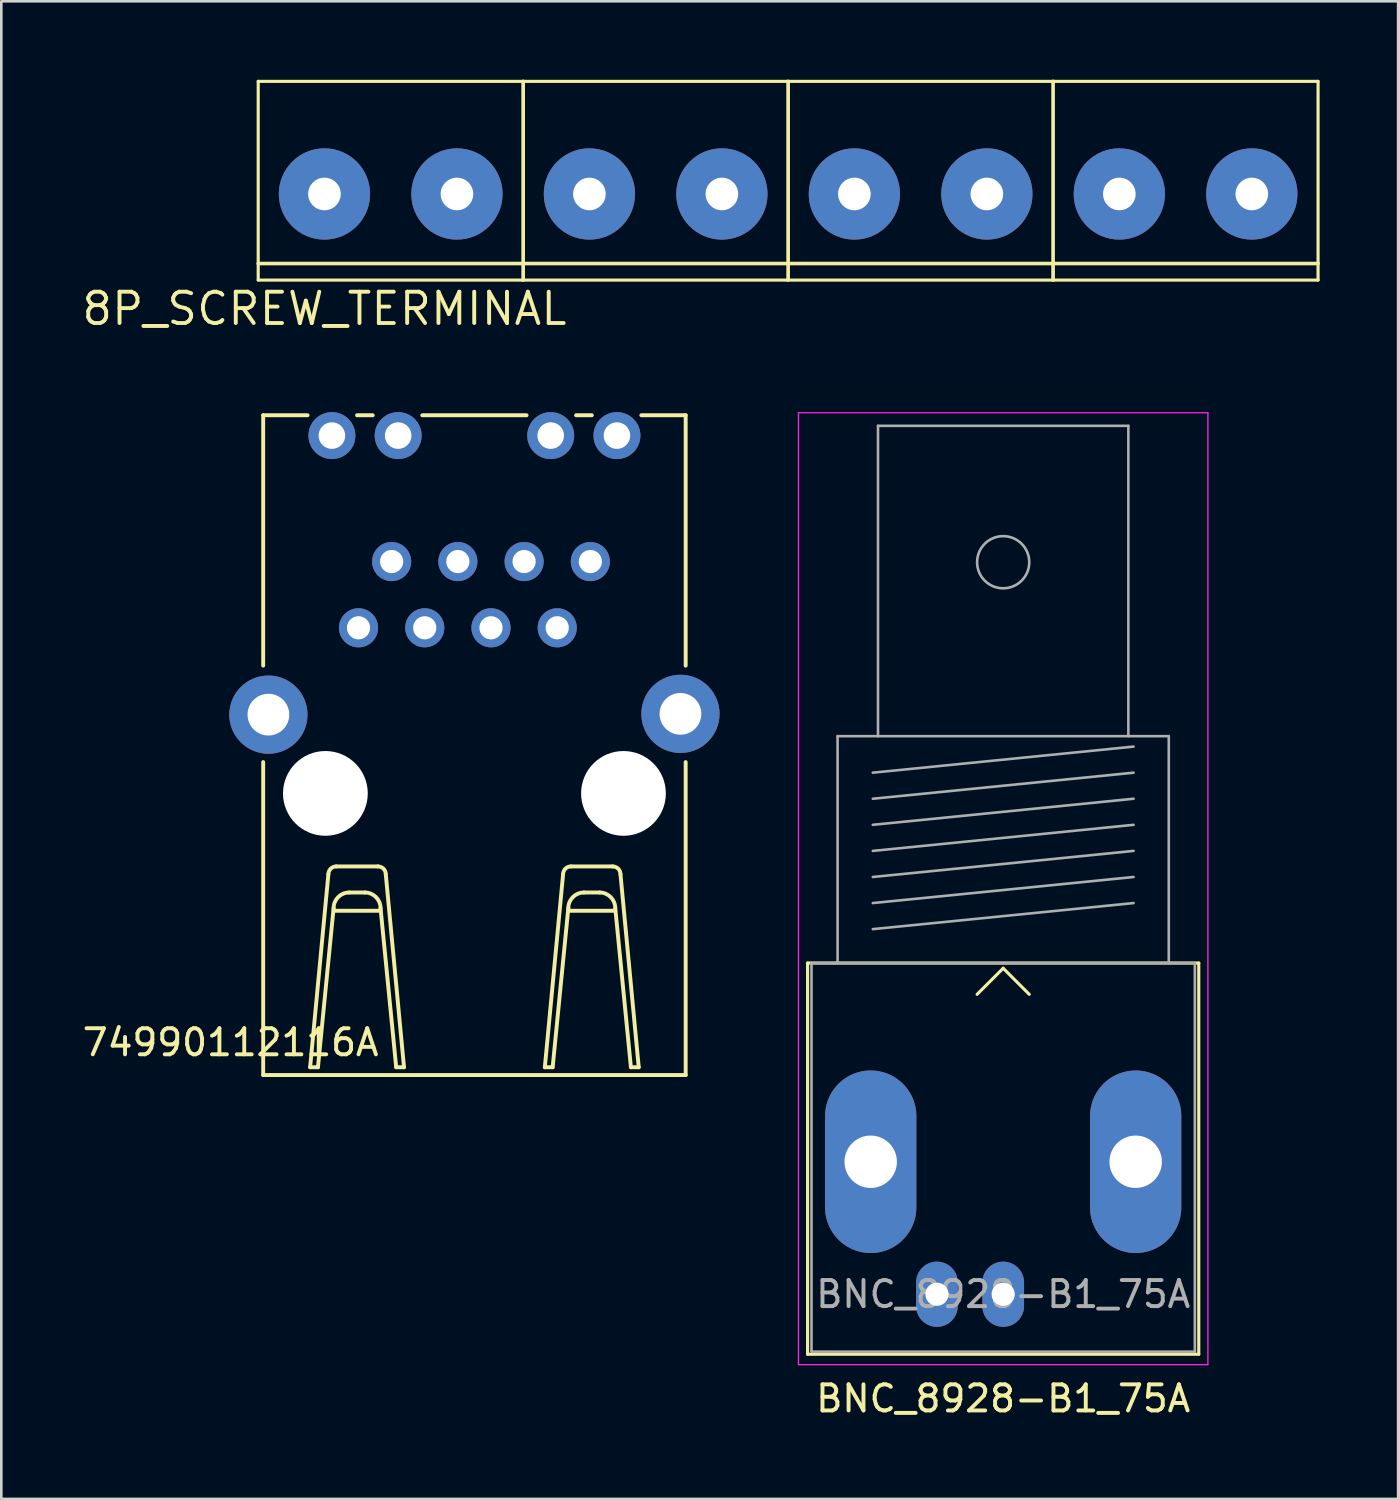
<source format=kicad_pcb>
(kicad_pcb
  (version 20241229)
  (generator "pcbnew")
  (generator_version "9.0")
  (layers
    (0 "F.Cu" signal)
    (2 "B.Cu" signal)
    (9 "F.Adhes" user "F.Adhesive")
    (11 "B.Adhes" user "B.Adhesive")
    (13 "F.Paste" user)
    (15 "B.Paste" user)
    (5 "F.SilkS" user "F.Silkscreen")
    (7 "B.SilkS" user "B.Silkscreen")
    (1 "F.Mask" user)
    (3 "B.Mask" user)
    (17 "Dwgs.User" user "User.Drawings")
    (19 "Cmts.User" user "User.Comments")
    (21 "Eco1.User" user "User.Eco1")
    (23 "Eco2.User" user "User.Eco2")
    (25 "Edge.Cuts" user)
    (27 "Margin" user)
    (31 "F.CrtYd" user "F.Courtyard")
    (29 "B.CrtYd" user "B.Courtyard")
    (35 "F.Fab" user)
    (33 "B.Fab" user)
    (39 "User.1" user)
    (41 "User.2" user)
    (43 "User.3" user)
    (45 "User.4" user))
  (footprint "8P_SCREW_TERMINAL"
    (layer "F.Cu")
    (at 9.391 4.388)
    (property "Reference" "8P_SCREW_TERMINAL" (at 0 4.4 0) (layer "F.SilkS") (effects (font (size 1.2 1.2) (thickness 0.15))))
    (attr through_hole)
    (fp_line (start -2.54 -4.318) (end -2.54 3.302) (stroke (width 0.12) (type solid)) (layer "F.SilkS"))
    (fp_line (start -2.54 -4.318) (end 38.1 -4.318) (stroke (width 0.12) (type solid)) (layer "F.SilkS"))
    (fp_line (start -2.54 2.667) (end 38.1 2.667) (stroke (width 0.14) (type solid)) (layer "F.SilkS"))
    (fp_line (start -2.54 3.302) (end 38.1 3.302) (stroke (width 0.12) (type solid)) (layer "F.SilkS"))
    (fp_line (start 7.62 -4.318) (end 7.62 3.302) (stroke (width 0.14) (type solid)) (layer "F.SilkS"))
    (fp_line (start 17.78 -4.318) (end 17.78 3.302) (stroke (width 0.14) (type solid)) (layer "F.SilkS"))
    (fp_line (start 27.94 -4.318) (end 27.94 3.302) (stroke (width 0.14) (type solid)) (layer "F.SilkS"))
    (fp_line (start 38.1 3.302) (end 38.1 -4.318) (stroke (width 0.12) (type solid)) (layer "F.SilkS"))
    (pad "1" thru_hole circle (at 0 0) (size 3.5 3.5) (drill 1.25) (layers "*.Cu" "*.Mask"))
    (pad "2" thru_hole circle (at 5.08 0) (size 3.5 3.5) (drill 1.25) (layers "*.Cu" "*.Mask"))
    (pad "3" thru_hole circle (at 10.16 0) (size 3.5 3.5) (drill 1.25) (layers "*.Cu" "*.Mask"))
    (pad "4" thru_hole circle (at 15.24 0) (size 3.5 3.5) (drill 1.25) (layers "*.Cu" "*.Mask"))
    (pad "5" thru_hole circle (at 20.32 0) (size 3.5 3.5) (drill 1.25) (layers "*.Cu" "*.Mask"))
    (pad "6" thru_hole circle (at 25.4 0) (size 3.5 3.5) (drill 1.25) (layers "*.Cu" "*.Mask"))
    (pad "7" thru_hole circle (at 30.48 0) (size 3.5 3.5) (drill 1.25) (layers "*.Cu" "*.Mask"))
    (pad "8" thru_hole circle (at 35.56 0) (size 3.5 3.5) (drill 1.25) (layers "*.Cu" "*.Mask")))
  (footprint "BNC_8928-B1_75A"
    (layer "F.Cu")
    (at 35.417 46.578)
    (property "Reference" "BNC_8928-B1_75A" (at 0 4 0) (layer "F.SilkS") (effects (font (size 1 1) (thickness 0.15))))
    (attr through_hole)
    (fp_line (start -7.5 -12.7) (end 7.5 -12.7) (stroke (width 0.12) (type solid)) (layer "F.SilkS"))
    (fp_line (start -7.5 2.3) (end -7.5 -12.7) (stroke (width 0.12) (type solid)) (layer "F.SilkS"))
    (fp_line (start 0 -12.5) (end -1 -11.5) (stroke (width 0.12) (type solid)) (layer "F.SilkS"))
    (fp_line (start 0 -12.5) (end 1 -11.5) (stroke (width 0.12) (type solid)) (layer "F.SilkS"))
    (fp_line (start 7.5 -12.7) (end 7.5 2.3) (stroke (width 0.12) (type solid)) (layer "F.SilkS"))
    (fp_line (start 7.5 2.3) (end -7.5 2.3) (stroke (width 0.12) (type solid)) (layer "F.SilkS"))
    (fp_line (start -7.85 2.7) (end -7.85 -33.8) (stroke (width 0.05) (type solid)) (layer "F.CrtYd"))
    (fp_line (start -7.85 2.7) (end 7.85 2.7) (stroke (width 0.05) (type solid)) (layer "F.CrtYd"))
    (fp_line (start 7.85 -33.8) (end -7.85 -33.8) (stroke (width 0.05) (type solid)) (layer "F.CrtYd"))
    (fp_line (start 7.85 2.7) (end 7.85 -33.8) (stroke (width 0.05) (type solid)) (layer "F.CrtYd"))
    (fp_line (start -7.35 -12.7) (end -7.35 2.2) (stroke (width 0.1) (type solid)) (layer "F.Fab"))
    (fp_line (start -7.35 2.2) (end 7.35 2.2) (stroke (width 0.1) (type solid)) (layer "F.Fab"))
    (fp_line (start -6.35 -21.4) (end -6.35 -12.7) (stroke (width 0.1) (type solid)) (layer "F.Fab"))
    (fp_line (start -5 -20) (end 5 -21) (stroke (width 0.1) (type solid)) (layer "F.Fab"))
    (fp_line (start -5 -19) (end 5 -20) (stroke (width 0.1) (type solid)) (layer "F.Fab"))
    (fp_line (start -5 -18) (end 5 -19) (stroke (width 0.1) (type solid)) (layer "F.Fab"))
    (fp_line (start -5 -17) (end 5 -18) (stroke (width 0.1) (type solid)) (layer "F.Fab"))
    (fp_line (start -5 -16) (end 5 -17) (stroke (width 0.1) (type solid)) (layer "F.Fab"))
    (fp_line (start -5 -15) (end 5 -16) (stroke (width 0.1) (type solid)) (layer "F.Fab"))
    (fp_line (start -5 -14) (end 5 -15) (stroke (width 0.1) (type solid)) (layer "F.Fab"))
    (fp_line (start -4.8 -33.3) (end -4.8 -21.4) (stroke (width 0.1) (type solid)) (layer "F.Fab"))
    (fp_line (start 4.8 -33.3) (end -4.8 -33.3) (stroke (width 0.1) (type solid)) (layer "F.Fab"))
    (fp_line (start 4.8 -21.4) (end 4.8 -33.3) (stroke (width 0.1) (type solid)) (layer "F.Fab"))
    (fp_line (start 6.35 -21.4) (end -6.35 -21.4) (stroke (width 0.1) (type solid)) (layer "F.Fab"))
    (fp_line (start 6.35 -12.7) (end 6.35 -21.4) (stroke (width 0.1) (type solid)) (layer "F.Fab"))
    (fp_line (start 7.35 -12.7) (end -7.35 -12.7) (stroke (width 0.1) (type solid)) (layer "F.Fab"))
    (fp_line (start 7.35 2.2) (end 7.35 -12.7) (stroke (width 0.1) (type solid)) (layer "F.Fab"))
    (fp_circle (center 0 -28.07) (end 1 -28.07) (stroke (width 0.1) (type solid)) (fill no) (layer "F.Fab"))
    (fp_text user "${REFERENCE}" (at 0 0 0) (layer "F.Fab") (effects (font (size 1 1) (thickness 0.15))))
    (pad "1" thru_hole oval (at 0 0) (size 1.6 2.5) (drill 0.89) (layers "*.Cu" "*.Mask"))
    (pad "2" thru_hole oval (at -5.08 -5.08) (size 3.5 7) (drill 2.01) (layers "*.Cu" "*.Mask"))
    (pad "2" thru_hole oval (at -2.54 0) (size 1.6 2.5) (drill 0.89) (layers "*.Cu" "*.Mask"))
    (pad "2" thru_hole oval (at 5.08 -5.08) (size 3.5 7) (drill 2.01) (layers "*.Cu" "*.Mask")))
  (footprint "74990112116A"
    (layer "F.Cu")
    (at 15.142 38.173)
    (property "Reference" "74990112116A" (at -9.35 -1.25 0) (layer "F.SilkS") (effects (font (size 1 1) (thickness 0.15))))
    (attr through_hole)
    (fp_line (start -8.1 -25.3) (end -6.4 -25.3) (stroke (width 0.15) (type solid)) (layer "F.SilkS"))
    (fp_line (start -8.1 -15.7) (end -8.1 -25.3) (stroke (width 0.15) (type solid)) (layer "F.SilkS"))
    (fp_line (start -8.1 0) (end -8.1 -12) (stroke (width 0.15) (type solid)) (layer "F.SilkS"))
    (fp_line (start -6.3 -0.3) (end -5.6 -7.7) (stroke (width 0.15) (type solid)) (layer "F.SilkS"))
    (fp_line (start -6 -0.3) (end -6.3 -0.3) (stroke (width 0.15) (type solid)) (layer "F.SilkS"))
    (fp_line (start -6 -0.3) (end -5.4 -6.4) (stroke (width 0.15) (type solid)) (layer "F.SilkS"))
    (fp_line (start -5.4 -6.3) (end -3.6 -6.3) (stroke (width 0.15) (type solid)) (layer "F.SilkS"))
    (fp_line (start -5.3 -8) (end -3.7 -8) (stroke (width 0.15) (type solid)) (layer "F.SilkS"))
    (fp_line (start -4.8 -7) (end -4.2 -7) (stroke (width 0.15) (type solid)) (layer "F.SilkS"))
    (fp_line (start -4.5 -25.3) (end -3.9 -25.3) (stroke (width 0.15) (type solid)) (layer "F.SilkS"))
    (fp_line (start -3.6 -6.4) (end -3 -0.3) (stroke (width 0.15) (type solid)) (layer "F.SilkS"))
    (fp_line (start -3.4 -7.7) (end -2.7 -0.3) (stroke (width 0.15) (type solid)) (layer "F.SilkS"))
    (fp_line (start -2.7 -0.3) (end -3 -0.3) (stroke (width 0.15) (type solid)) (layer "F.SilkS"))
    (fp_line (start -2 -25.3) (end 2 -25.3) (stroke (width 0.15) (type solid)) (layer "F.SilkS"))
    (fp_line (start 2.7 -0.3) (end 3.4 -7.7) (stroke (width 0.15) (type solid)) (layer "F.SilkS"))
    (fp_line (start 3 -0.3) (end 2.7 -0.3) (stroke (width 0.15) (type solid)) (layer "F.SilkS"))
    (fp_line (start 3 -0.3) (end 3.6 -6.4) (stroke (width 0.15) (type solid)) (layer "F.SilkS"))
    (fp_line (start 3.6 -6.3) (end 5.4 -6.3) (stroke (width 0.15) (type solid)) (layer "F.SilkS"))
    (fp_line (start 3.7 -8) (end 5.3 -8) (stroke (width 0.15) (type solid)) (layer "F.SilkS"))
    (fp_line (start 3.9 -25.3) (end 4.5 -25.3) (stroke (width 0.15) (type solid)) (layer "F.SilkS"))
    (fp_line (start 4.2 -7) (end 4.8 -7) (stroke (width 0.15) (type solid)) (layer "F.SilkS"))
    (fp_line (start 5.4 -6.4) (end 6 -0.3) (stroke (width 0.15) (type solid)) (layer "F.SilkS"))
    (fp_line (start 5.6 -7.7) (end 6.3 -0.3) (stroke (width 0.15) (type solid)) (layer "F.SilkS"))
    (fp_line (start 6.3 -0.3) (end 6 -0.3) (stroke (width 0.15) (type solid)) (layer "F.SilkS"))
    (fp_line (start 6.4 -25.3) (end 8.1 -25.3) (stroke (width 0.15) (type solid)) (layer "F.SilkS"))
    (fp_line (start 8.1 -15.7) (end 8.1 -25.3) (stroke (width 0.15) (type solid)) (layer "F.SilkS"))
    (fp_line (start 8.1 -12) (end 8.1 0) (stroke (width 0.15) (type solid)) (layer "F.SilkS"))
    (fp_line (start 8.1 0) (end -8.1 0) (stroke (width 0.15) (type solid)) (layer "F.SilkS"))
    (fp_arc (start -5.6 -7.7) (mid -5.512132 -7.912132) (end -5.3 -8) (stroke (width 0.15) (type solid)) (layer "F.SilkS"))
    (fp_arc (start -5.4 -6.4) (mid -5.224264 -6.824264) (end -4.8 -7) (stroke (width 0.15) (type solid)) (layer "F.SilkS"))
    (fp_arc (start -4.2 -7) (mid -3.775736 -6.824264) (end -3.6 -6.4) (stroke (width 0.15) (type solid)) (layer "F.SilkS"))
    (fp_arc (start -3.7 -8) (mid -3.487868 -7.912132) (end -3.4 -7.7) (stroke (width 0.15) (type solid)) (layer "F.SilkS"))
    (fp_arc (start 3.4 -7.7) (mid 3.487868 -7.912132) (end 3.7 -8) (stroke (width 0.15) (type solid)) (layer "F.SilkS"))
    (fp_arc (start 3.6 -6.4) (mid 3.775736 -6.824264) (end 4.2 -7) (stroke (width 0.15) (type solid)) (layer "F.SilkS"))
    (fp_arc (start 4.8 -7) (mid 5.224264 -6.824264) (end 5.4 -6.4) (stroke (width 0.15) (type solid)) (layer "F.SilkS"))
    (fp_arc (start 5.3 -8) (mid 5.512132 -7.912132) (end 5.6 -7.7) (stroke (width 0.15) (type solid)) (layer "F.SilkS"))
    (pad "" np_thru_hole circle (at -5.715 -10.8) (size 3.25 3.25) (drill 3.25) (layers "*.Cu" "*.Mask"))
    (pad "" np_thru_hole circle (at 5.715 -10.8) (size 3.25 3.25) (drill 3.25) (layers "*.Cu" "*.Mask"))
    (pad "1" thru_hole circle (at 4.445 -19.69) (size 1.5 1.5) (drill 0.89) (layers "*.Cu" "*.Mask"))
    (pad "2" thru_hole circle (at 3.175 -17.15) (size 1.5 1.5) (drill 0.89) (layers "*.Cu" "*.Mask"))
    (pad "3" thru_hole circle (at 1.905 -19.69) (size 1.5 1.5) (drill 0.89) (layers "*.Cu" "*.Mask"))
    (pad "4" thru_hole circle (at 0.635 -17.15) (size 1.5 1.5) (drill 0.89) (layers "*.Cu" "*.Mask"))
    (pad "5" thru_hole circle (at -0.635 -19.69) (size 1.5 1.5) (drill 0.89) (layers "*.Cu" "*.Mask"))
    (pad "6" thru_hole circle (at -1.905 -17.15) (size 1.5 1.5) (drill 0.89) (layers "*.Cu" "*.Mask"))
    (pad "7" thru_hole circle (at -3.175 -19.69) (size 1.5 1.5) (drill 0.89) (layers "*.Cu" "*.Mask"))
    (pad "8" thru_hole circle (at -4.445 -17.15) (size 1.5 1.5) (drill 0.89) (layers "*.Cu" "*.Mask"))
    (pad "9" thru_hole circle (at 5.465 -24.52) (size 1.8 1.8) (drill 1.02) (layers "*.Cu" "*.Mask"))
    (pad "10" thru_hole circle (at 2.925 -24.52) (size 1.8 1.8) (drill 1.02) (layers "*.Cu" "*.Mask"))
    (pad "11" thru_hole circle (at -2.925 -24.52) (size 1.8 1.8) (drill 1.02) (layers "*.Cu" "*.Mask"))
    (pad "12" thru_hole circle (at -5.465 -24.52) (size 1.8 1.8) (drill 1.02) (layers "*.Cu" "*.Mask"))
    (pad "13" thru_hole circle (at -7.9 -13.82) (size 3 3) (drill 1.6) (layers "*.Cu" "*.Mask"))
    (pad "14" thru_hole circle (at 7.9 -13.85) (size 3 3) (drill 1.6) (layers "*.Cu" "*.Mask")))
  (gr_rect
    (start -3 -3)
    (end 50.561 54.426)
    (stroke (width 0.1) (type default))
    (fill no)
    (layer "Edge.Cuts")))
</source>
